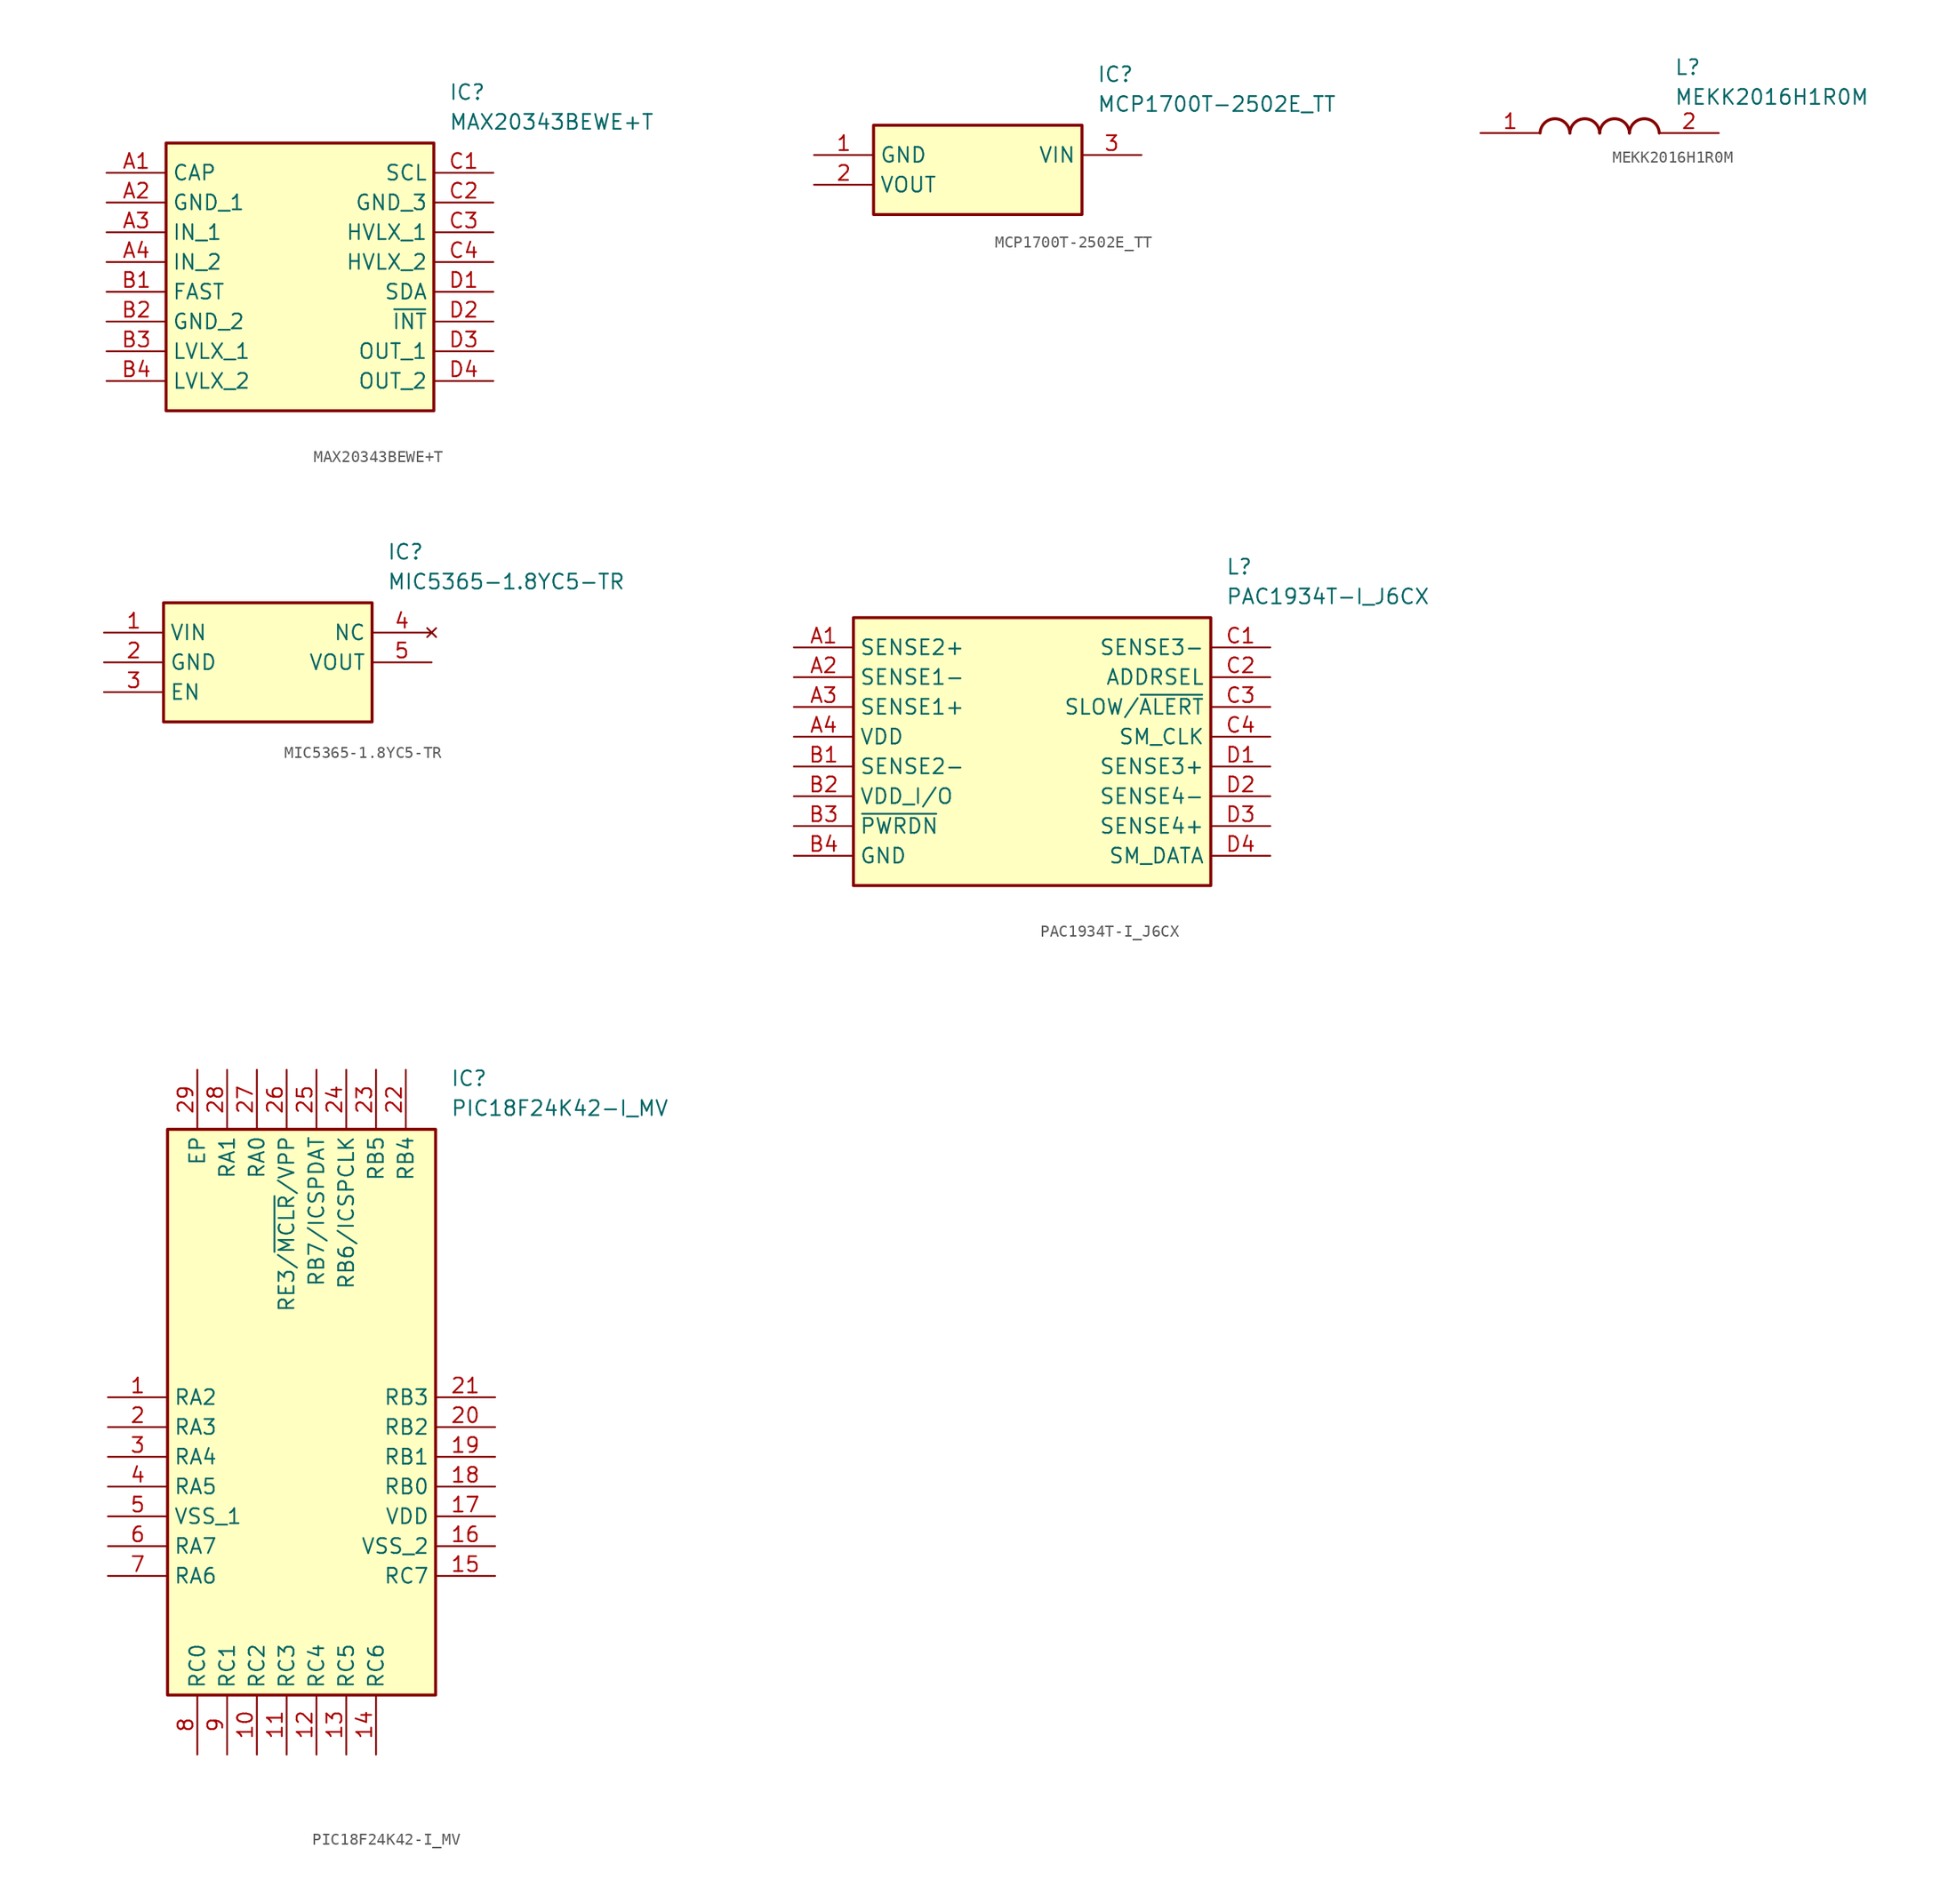
<source format=kicad_sym>
(kicad_symbol_lib
  (version 20220914)
  (generator SamacSys_ECAD_Model)
  (symbol "MAX20343BEWE+T"
    (property "Reference" "IC"
      (at 29.21 7.62 0)
      (effects (font (size 1.27 1.27)) (justify left top)))
    (property "Value" "MAX20343BEWE+T"
      (at 29.21 5.08 0)
      (effects (font (size 1.27 1.27)) (justify left top)))
    (rectangle
      (start 5.08 2.54)
      (end 27.94 -20.32)
      (stroke (width 0.254) (type default))
      (fill (type background)))
    (pin passive line
      (at 0 0 0)
      (length 5.08)
      (name "CAP" (effects (font (size 1.27 1.27))))
      (number "A1" (effects (font (size 1.27 1.27)))))
    (pin passive line
      (at 0 -2.54 0)
      (length 5.08)
      (name "GND_1" (effects (font (size 1.27 1.27))))
      (number "A2" (effects (font (size 1.27 1.27)))))
    (pin passive line
      (at 0 -5.08 0)
      (length 5.08)
      (name "IN_1" (effects (font (size 1.27 1.27))))
      (number "A3" (effects (font (size 1.27 1.27)))))
    (pin passive line
      (at 0 -7.62 0)
      (length 5.08)
      (name "IN_2" (effects (font (size 1.27 1.27))))
      (number "A4" (effects (font (size 1.27 1.27)))))
    (pin passive line
      (at 0 -10.16 0)
      (length 5.08)
      (name "FAST" (effects (font (size 1.27 1.27))))
      (number "B1" (effects (font (size 1.27 1.27)))))
    (pin passive line
      (at 0 -12.7 0)
      (length 5.08)
      (name "GND_2" (effects (font (size 1.27 1.27))))
      (number "B2" (effects (font (size 1.27 1.27)))))
    (pin passive line
      (at 0 -15.24 0)
      (length 5.08)
      (name "LVLX_1" (effects (font (size 1.27 1.27))))
      (number "B3" (effects (font (size 1.27 1.27)))))
    (pin passive line
      (at 0 -17.78 0)
      (length 5.08)
      (name "LVLX_2" (effects (font (size 1.27 1.27))))
      (number "B4" (effects (font (size 1.27 1.27)))))
    (pin passive line
      (at 33.02 0 180)
      (length 5.08)
      (name "SCL" (effects (font (size 1.27 1.27))))
      (number "C1" (effects (font (size 1.27 1.27)))))
    (pin passive line
      (at 33.02 -2.54 180)
      (length 5.08)
      (name "GND_3" (effects (font (size 1.27 1.27))))
      (number "C2" (effects (font (size 1.27 1.27)))))
    (pin passive line
      (at 33.02 -5.08 180)
      (length 5.08)
      (name "HVLX_1" (effects (font (size 1.27 1.27))))
      (number "C3" (effects (font (size 1.27 1.27)))))
    (pin passive line
      (at 33.02 -7.62 180)
      (length 5.08)
      (name "HVLX_2" (effects (font (size 1.27 1.27))))
      (number "C4" (effects (font (size 1.27 1.27)))))
    (pin passive line
      (at 33.02 -10.16 180)
      (length 5.08)
      (name "SDA" (effects (font (size 1.27 1.27))))
      (number "D1" (effects (font (size 1.27 1.27)))))
    (pin passive line
      (at 33.02 -12.7 180)
      (length 5.08)
      (name "~{INT}" (effects (font (size 1.27 1.27))))
      (number "D2" (effects (font (size 1.27 1.27)))))
    (pin passive line
      (at 33.02 -15.24 180)
      (length 5.08)
      (name "OUT_1" (effects (font (size 1.27 1.27))))
      (number "D3" (effects (font (size 1.27 1.27)))))
    (pin passive line
      (at 33.02 -17.78 180)
      (length 5.08)
      (name "OUT_2" (effects (font (size 1.27 1.27))))
      (number "D4" (effects (font (size 1.27 1.27))))))
  (symbol "MCP1700T-2502E_TT"
    (property "Reference" "IC"
      (at 24.13 7.62 0)
      (effects (font (size 1.27 1.27)) (justify left top)))
    (property "Value" "MCP1700T-2502E_TT"
      (at 24.13 5.08 0)
      (effects (font (size 1.27 1.27)) (justify left top)))
    (rectangle
      (start 5.08 2.54)
      (end 22.86 -5.08)
      (stroke (width 0.254) (type default))
      (fill (type background)))
    (pin passive line
      (at 0 0 0)
      (length 5.08)
      (name "GND" (effects (font (size 1.27 1.27))))
      (number "1" (effects (font (size 1.27 1.27)))))
    (pin passive line
      (at 0 -2.54 0)
      (length 5.08)
      (name "VOUT" (effects (font (size 1.27 1.27))))
      (number "2" (effects (font (size 1.27 1.27)))))
    (pin passive line
      (at 27.94 0 180)
      (length 5.08)
      (name "VIN" (effects (font (size 1.27 1.27))))
      (number "3" (effects (font (size 1.27 1.27))))))
  (symbol "MEKK2016H1R0M"
    (pin_names hide)
    (property "Reference" "L"
      (at 16.51 6.35 0)
      (effects (font (size 1.27 1.27)) (justify left top)))
    (property "Value" "MEKK2016H1R0M"
      (at 16.51 3.81 0)
      (effects (font (size 1.27 1.27)) (justify left top)))
    (arc
      (start 7.62 0)
      (mid 6.35 1.219)
      (end 5.08 0)
      (stroke (width 0.254) (type default))
      (fill (type none)))
    (arc
      (start 10.16 0)
      (mid 8.89 1.219)
      (end 7.62 0)
      (stroke (width 0.254) (type default))
      (fill (type none)))
    (arc
      (start 12.7 0)
      (mid 11.43 1.219)
      (end 10.16 0)
      (stroke (width 0.254) (type default))
      (fill (type none)))
    (arc
      (start 15.24 0)
      (mid 13.97 1.219)
      (end 12.7 0)
      (stroke (width 0.254) (type default))
      (fill (type none)))
    (pin passive line
      (at 0 0 0)
      (length 5.08)
      (name "1" (effects (font (size 1.27 1.27))))
      (number "1" (effects (font (size 1.27 1.27)))))
    (pin passive line
      (at 20.32 0 180)
      (length 5.08)
      (name "2" (effects (font (size 1.27 1.27))))
      (number "2" (effects (font (size 1.27 1.27))))))
  (symbol "MIC5365-1.8YC5-TR"
    (property "Reference" "IC"
      (at 24.13 7.62 0)
      (effects (font (size 1.27 1.27)) (justify left top)))
    (property "Value" "MIC5365-1.8YC5-TR"
      (at 24.13 5.08 0)
      (effects (font (size 1.27 1.27)) (justify left top)))
    (rectangle
      (start 5.08 2.54)
      (end 22.86 -7.62)
      (stroke (width 0.254) (type default))
      (fill (type background)))
    (pin passive line
      (at 0 0 0)
      (length 5.08)
      (name "VIN" (effects (font (size 1.27 1.27))))
      (number "1" (effects (font (size 1.27 1.27)))))
    (pin passive line
      (at 0 -2.54 0)
      (length 5.08)
      (name "GND" (effects (font (size 1.27 1.27))))
      (number "2" (effects (font (size 1.27 1.27)))))
    (pin passive line
      (at 0 -5.08 0)
      (length 5.08)
      (name "EN" (effects (font (size 1.27 1.27))))
      (number "3" (effects (font (size 1.27 1.27)))))
    (pin no_connect line
      (at 27.94 0 180)
      (length 5.08)
      (name "NC" (effects (font (size 1.27 1.27))))
      (number "4" (effects (font (size 1.27 1.27)))))
    (pin passive line
      (at 27.94 -2.54 180)
      (length 5.08)
      (name "VOUT" (effects (font (size 1.27 1.27))))
      (number "5" (effects (font (size 1.27 1.27))))))
  (symbol "PAC1934T-I_J6CX"
    (property "Reference" "L"
      (at 36.83 7.62 0)
      (effects (font (size 1.27 1.27)) (justify left top)))
    (property "Value" "PAC1934T-I_J6CX"
      (at 36.83 5.08 0)
      (effects (font (size 1.27 1.27)) (justify left top)))
    (rectangle
      (start 5.08 2.54)
      (end 35.56 -20.32)
      (stroke (width 0.254) (type default))
      (fill (type background)))
    (pin passive line
      (at 0 0 0)
      (length 5.08)
      (name "SENSE2+" (effects (font (size 1.27 1.27))))
      (number "A1" (effects (font (size 1.27 1.27)))))
    (pin passive line
      (at 0 -2.54 0)
      (length 5.08)
      (name "SENSE1-" (effects (font (size 1.27 1.27))))
      (number "A2" (effects (font (size 1.27 1.27)))))
    (pin passive line
      (at 0 -5.08 0)
      (length 5.08)
      (name "SENSE1+" (effects (font (size 1.27 1.27))))
      (number "A3" (effects (font (size 1.27 1.27)))))
    (pin passive line
      (at 0 -7.62 0)
      (length 5.08)
      (name "VDD" (effects (font (size 1.27 1.27))))
      (number "A4" (effects (font (size 1.27 1.27)))))
    (pin passive line
      (at 0 -10.16 0)
      (length 5.08)
      (name "SENSE2-" (effects (font (size 1.27 1.27))))
      (number "B1" (effects (font (size 1.27 1.27)))))
    (pin passive line
      (at 0 -12.7 0)
      (length 5.08)
      (name "VDD_I/O" (effects (font (size 1.27 1.27))))
      (number "B2" (effects (font (size 1.27 1.27)))))
    (pin passive line
      (at 0 -15.24 0)
      (length 5.08)
      (name "~{PWRDN}" (effects (font (size 1.27 1.27))))
      (number "B3" (effects (font (size 1.27 1.27)))))
    (pin passive line
      (at 0 -17.78 0)
      (length 5.08)
      (name "GND" (effects (font (size 1.27 1.27))))
      (number "B4" (effects (font (size 1.27 1.27)))))
    (pin passive line
      (at 40.64 0 180)
      (length 5.08)
      (name "SENSE3-" (effects (font (size 1.27 1.27))))
      (number "C1" (effects (font (size 1.27 1.27)))))
    (pin passive line
      (at 40.64 -2.54 180)
      (length 5.08)
      (name "ADDRSEL" (effects (font (size 1.27 1.27))))
      (number "C2" (effects (font (size 1.27 1.27)))))
    (pin passive line
      (at 40.64 -5.08 180)
      (length 5.08)
      (name "SLOW/~{ALERT}" (effects (font (size 1.27 1.27))))
      (number "C3" (effects (font (size 1.27 1.27)))))
    (pin passive line
      (at 40.64 -7.62 180)
      (length 5.08)
      (name "SM_CLK" (effects (font (size 1.27 1.27))))
      (number "C4" (effects (font (size 1.27 1.27)))))
    (pin passive line
      (at 40.64 -10.16 180)
      (length 5.08)
      (name "SENSE3+" (effects (font (size 1.27 1.27))))
      (number "D1" (effects (font (size 1.27 1.27)))))
    (pin passive line
      (at 40.64 -12.7 180)
      (length 5.08)
      (name "SENSE4-" (effects (font (size 1.27 1.27))))
      (number "D2" (effects (font (size 1.27 1.27)))))
    (pin passive line
      (at 40.64 -15.24 180)
      (length 5.08)
      (name "SENSE4+" (effects (font (size 1.27 1.27))))
      (number "D3" (effects (font (size 1.27 1.27)))))
    (pin passive line
      (at 40.64 -17.78 180)
      (length 5.08)
      (name "SM_DATA" (effects (font (size 1.27 1.27))))
      (number "D4" (effects (font (size 1.27 1.27))))))
  (symbol "PIC18F24K42-I_MV"
    (property "Reference" "IC"
      (at 29.21 27.94 0)
      (effects (font (size 1.27 1.27)) (justify left top)))
    (property "Value" "PIC18F24K42-I_MV"
      (at 29.21 25.4 0)
      (effects (font (size 1.27 1.27)) (justify left top)))
    (rectangle
      (start 5.08 22.86)
      (end 27.94 -25.4)
      (stroke (width 0.254) (type default))
      (fill (type background)))
    (pin passive line
      (at 0 0 0)
      (length 5.08)
      (name "RA2" (effects (font (size 1.27 1.27))))
      (number "1" (effects (font (size 1.27 1.27)))))
    (pin passive line
      (at 0 -2.54 0)
      (length 5.08)
      (name "RA3" (effects (font (size 1.27 1.27))))
      (number "2" (effects (font (size 1.27 1.27)))))
    (pin passive line
      (at 0 -5.08 0)
      (length 5.08)
      (name "RA4" (effects (font (size 1.27 1.27))))
      (number "3" (effects (font (size 1.27 1.27)))))
    (pin passive line
      (at 0 -7.62 0)
      (length 5.08)
      (name "RA5" (effects (font (size 1.27 1.27))))
      (number "4" (effects (font (size 1.27 1.27)))))
    (pin passive line
      (at 0 -10.16 0)
      (length 5.08)
      (name "VSS_1" (effects (font (size 1.27 1.27))))
      (number "5" (effects (font (size 1.27 1.27)))))
    (pin passive line
      (at 0 -12.7 0)
      (length 5.08)
      (name "RA7" (effects (font (size 1.27 1.27))))
      (number "6" (effects (font (size 1.27 1.27)))))
    (pin passive line
      (at 0 -15.24 0)
      (length 5.08)
      (name "RA6" (effects (font (size 1.27 1.27))))
      (number "7" (effects (font (size 1.27 1.27)))))
    (pin passive line
      (at 7.62 -30.48 90)
      (length 5.08)
      (name "RC0" (effects (font (size 1.27 1.27))))
      (number "8" (effects (font (size 1.27 1.27)))))
    (pin passive line
      (at 10.16 -30.48 90)
      (length 5.08)
      (name "RC1" (effects (font (size 1.27 1.27))))
      (number "9" (effects (font (size 1.27 1.27)))))
    (pin passive line
      (at 12.7 -30.48 90)
      (length 5.08)
      (name "RC2" (effects (font (size 1.27 1.27))))
      (number "10" (effects (font (size 1.27 1.27)))))
    (pin passive line
      (at 15.24 -30.48 90)
      (length 5.08)
      (name "RC3" (effects (font (size 1.27 1.27))))
      (number "11" (effects (font (size 1.27 1.27)))))
    (pin passive line
      (at 17.78 -30.48 90)
      (length 5.08)
      (name "RC4" (effects (font (size 1.27 1.27))))
      (number "12" (effects (font (size 1.27 1.27)))))
    (pin passive line
      (at 20.32 -30.48 90)
      (length 5.08)
      (name "RC5" (effects (font (size 1.27 1.27))))
      (number "13" (effects (font (size 1.27 1.27)))))
    (pin passive line
      (at 22.86 -30.48 90)
      (length 5.08)
      (name "RC6" (effects (font (size 1.27 1.27))))
      (number "14" (effects (font (size 1.27 1.27)))))
    (pin passive line
      (at 33.02 0 180)
      (length 5.08)
      (name "RB3" (effects (font (size 1.27 1.27))))
      (number "21" (effects (font (size 1.27 1.27)))))
    (pin passive line
      (at 33.02 -2.54 180)
      (length 5.08)
      (name "RB2" (effects (font (size 1.27 1.27))))
      (number "20" (effects (font (size 1.27 1.27)))))
    (pin passive line
      (at 33.02 -5.08 180)
      (length 5.08)
      (name "RB1" (effects (font (size 1.27 1.27))))
      (number "19" (effects (font (size 1.27 1.27)))))
    (pin passive line
      (at 33.02 -7.62 180)
      (length 5.08)
      (name "RB0" (effects (font (size 1.27 1.27))))
      (number "18" (effects (font (size 1.27 1.27)))))
    (pin passive line
      (at 33.02 -10.16 180)
      (length 5.08)
      (name "VDD" (effects (font (size 1.27 1.27))))
      (number "17" (effects (font (size 1.27 1.27)))))
    (pin passive line
      (at 33.02 -12.7 180)
      (length 5.08)
      (name "VSS_2" (effects (font (size 1.27 1.27))))
      (number "16" (effects (font (size 1.27 1.27)))))
    (pin passive line
      (at 33.02 -15.24 180)
      (length 5.08)
      (name "RC7" (effects (font (size 1.27 1.27))))
      (number "15" (effects (font (size 1.27 1.27)))))
    (pin passive line
      (at 7.62 27.94 270)
      (length 5.08)
      (name "EP" (effects (font (size 1.27 1.27))))
      (number "29" (effects (font (size 1.27 1.27)))))
    (pin passive line
      (at 10.16 27.94 270)
      (length 5.08)
      (name "RA1" (effects (font (size 1.27 1.27))))
      (number "28" (effects (font (size 1.27 1.27)))))
    (pin passive line
      (at 12.7 27.94 270)
      (length 5.08)
      (name "RA0" (effects (font (size 1.27 1.27))))
      (number "27" (effects (font (size 1.27 1.27)))))
    (pin passive line
      (at 15.24 27.94 270)
      (length 5.08)
      (name "RE3/~{MCLR}/VPP" (effects (font (size 1.27 1.27))))
      (number "26" (effects (font (size 1.27 1.27)))))
    (pin passive line
      (at 17.78 27.94 270)
      (length 5.08)
      (name "RB7/ICSPDAT" (effects (font (size 1.27 1.27))))
      (number "25" (effects (font (size 1.27 1.27)))))
    (pin passive line
      (at 20.32 27.94 270)
      (length 5.08)
      (name "RB6/ICSPCLK" (effects (font (size 1.27 1.27))))
      (number "24" (effects (font (size 1.27 1.27)))))
    (pin passive line
      (at 22.86 27.94 270)
      (length 5.08)
      (name "RB5" (effects (font (size 1.27 1.27))))
      (number "23" (effects (font (size 1.27 1.27)))))
    (pin passive line
      (at 25.4 27.94 270)
      (length 5.08)
      (name "RB4" (effects (font (size 1.27 1.27))))
      (number "22" (effects (font (size 1.27 1.27)))))))
</source>
